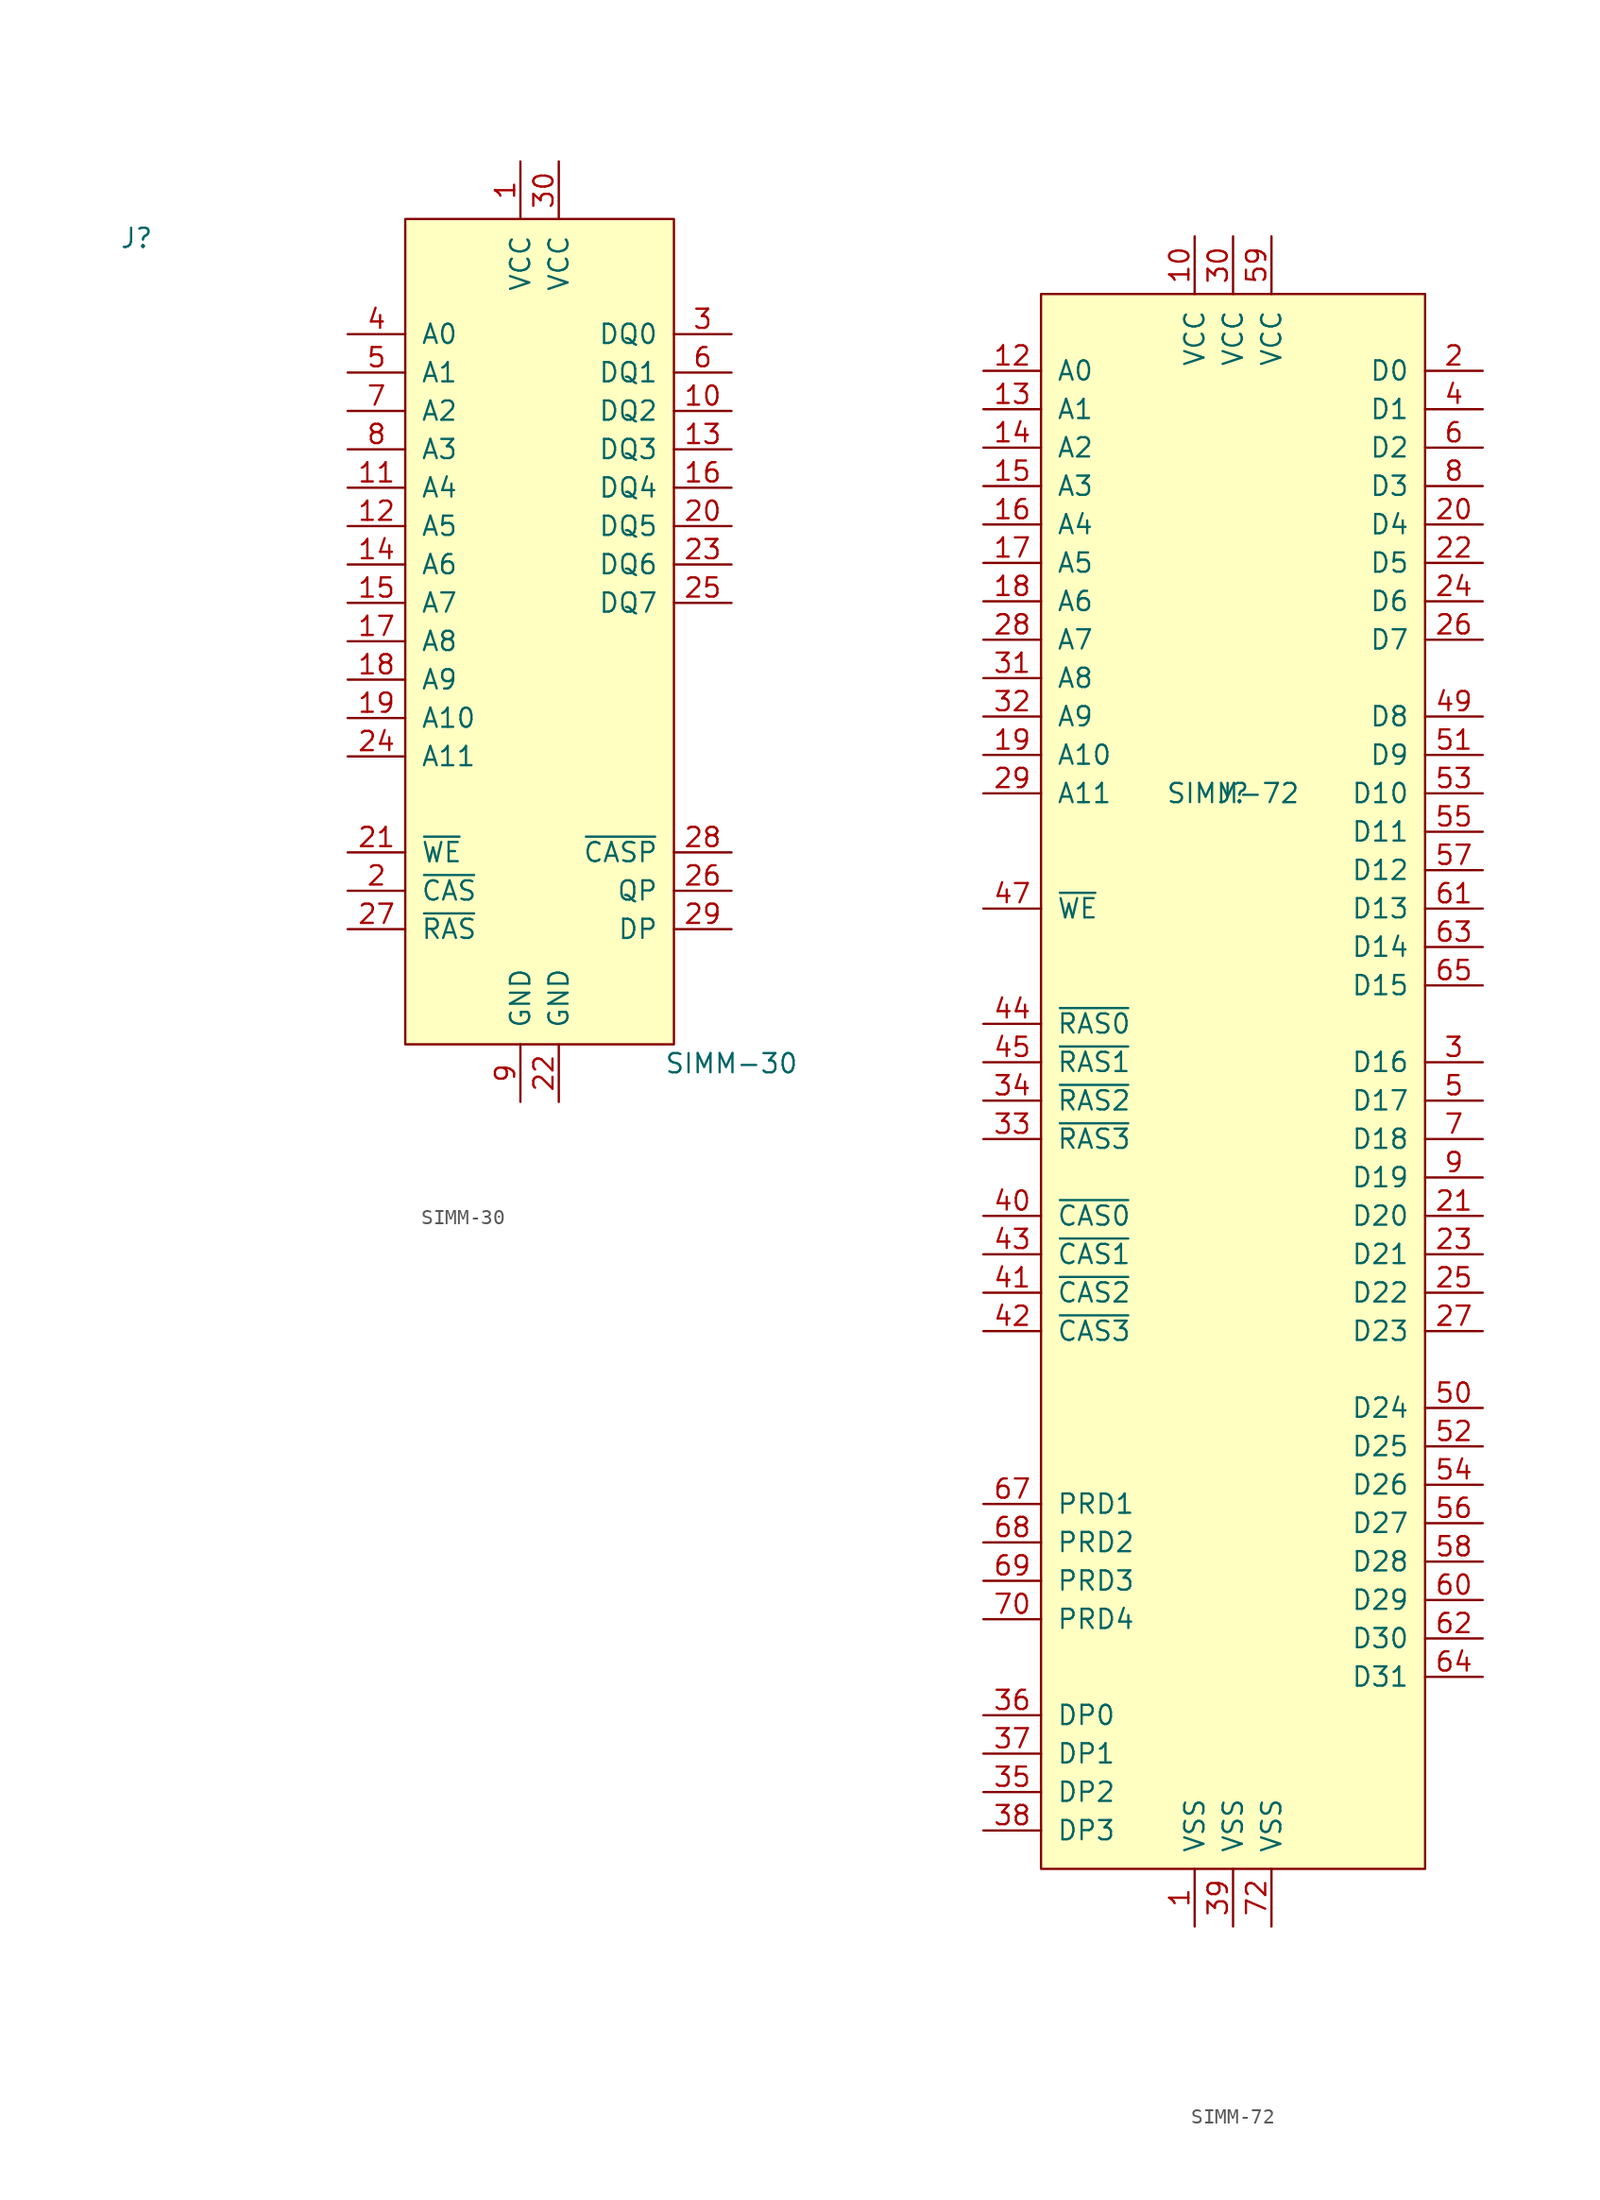
<source format=kicad_sym>
(kicad_symbol_lib
  (version 20220914)
  (generator kicad_symbol_editor)
  (symbol "SIMM-30"
    (pin_names
      (offset 1.016))
    (property "Reference" "J"
      (at -26.67 26.67 0)
      (effects (font (size 1.27 1.27))))
    (property "Value" "SIMM-30"
      (at 12.7 -27.94 0)
      (effects (font (size 1.27 1.27))))
    (symbol "SIMM-30_0_1"
      (rectangle (start -8.89 27.94) (end 8.89 -26.67) (stroke (width 0) (type default)) (fill (type background))))
    (symbol "SIMM-30_1_1"
      (pin power_in line (at -1.27 31.75 270) (length 3.81) (name "VCC" (effects (font (size 1.27 1.27)))) (number "1" (effects (font (size 1.27 1.27)))))
      (pin bidirectional line (at 12.7 15.24 180) (length 3.81) (name "DQ2" (effects (font (size 1.27 1.27)))) (number "10" (effects (font (size 1.27 1.27)))))
      (pin input line (at -12.7 10.16 0) (length 3.81) (name "A4" (effects (font (size 1.27 1.27)))) (number "11" (effects (font (size 1.27 1.27)))))
      (pin input line (at -12.7 7.62 0) (length 3.81) (name "A5" (effects (font (size 1.27 1.27)))) (number "12" (effects (font (size 1.27 1.27)))))
      (pin bidirectional line (at 12.7 12.7 180) (length 3.81) (name "DQ3" (effects (font (size 1.27 1.27)))) (number "13" (effects (font (size 1.27 1.27)))))
      (pin input line (at -12.7 5.08 0) (length 3.81) (name "A6" (effects (font (size 1.27 1.27)))) (number "14" (effects (font (size 1.27 1.27)))))
      (pin input line (at -12.7 2.54 0) (length 3.81) (name "A7" (effects (font (size 1.27 1.27)))) (number "15" (effects (font (size 1.27 1.27)))))
      (pin bidirectional line (at 12.7 10.16 180) (length 3.81) (name "DQ4" (effects (font (size 1.27 1.27)))) (number "16" (effects (font (size 1.27 1.27)))))
      (pin input line (at -12.7 0 0) (length 3.81) (name "A8" (effects (font (size 1.27 1.27)))) (number "17" (effects (font (size 1.27 1.27)))))
      (pin input line (at -12.7 -2.54 0) (length 3.81) (name "A9" (effects (font (size 1.27 1.27)))) (number "18" (effects (font (size 1.27 1.27)))))
      (pin input line (at -12.7 -5.08 0) (length 3.81) (name "A10" (effects (font (size 1.27 1.27)))) (number "19" (effects (font (size 1.27 1.27)))))
      (pin input line (at -12.7 -16.51 0) (length 3.81) (name "~{CAS}" (effects (font (size 1.27 1.27)))) (number "2" (effects (font (size 1.27 1.27)))))
      (pin bidirectional line (at 12.7 7.62 180) (length 3.81) (name "DQ5" (effects (font (size 1.27 1.27)))) (number "20" (effects (font (size 1.27 1.27)))))
      (pin input line (at -12.7 -13.97 0) (length 3.81) (name "~{WE}" (effects (font (size 1.27 1.27)))) (number "21" (effects (font (size 1.27 1.27)))))
      (pin power_in line (at 1.27 -30.48 90) (length 3.81) (name "GND" (effects (font (size 1.27 1.27)))) (number "22" (effects (font (size 1.27 1.27)))))
      (pin bidirectional line (at 12.7 5.08 180) (length 3.81) (name "DQ6" (effects (font (size 1.27 1.27)))) (number "23" (effects (font (size 1.27 1.27)))))
      (pin input line (at -12.7 -7.62 0) (length 3.81) (name "A11" (effects (font (size 1.27 1.27)))) (number "24" (effects (font (size 1.27 1.27)))))
      (pin bidirectional line (at 12.7 2.54 180) (length 3.81) (name "DQ7" (effects (font (size 1.27 1.27)))) (number "25" (effects (font (size 1.27 1.27)))))
      (pin output line (at 12.7 -16.51 180) (length 3.81) (name "QP" (effects (font (size 1.27 1.27)))) (number "26" (effects (font (size 1.27 1.27)))))
      (pin input line (at -12.7 -19.05 0) (length 3.81) (name "~{RAS}" (effects (font (size 1.27 1.27)))) (number "27" (effects (font (size 1.27 1.27)))))
      (pin input line (at 12.7 -13.97 180) (length 3.81) (name "~{CASP}" (effects (font (size 1.27 1.27)))) (number "28" (effects (font (size 1.27 1.27)))))
      (pin input line (at 12.7 -19.05 180) (length 3.81) (name "DP" (effects (font (size 1.27 1.27)))) (number "29" (effects (font (size 1.27 1.27)))))
      (pin bidirectional line (at 12.7 20.32 180) (length 3.81) (name "DQ0" (effects (font (size 1.27 1.27)))) (number "3" (effects (font (size 1.27 1.27)))))
      (pin power_in line (at 1.27 31.75 270) (length 3.81) (name "VCC" (effects (font (size 1.27 1.27)))) (number "30" (effects (font (size 1.27 1.27)))))
      (pin input line (at -12.7 20.32 0) (length 3.81) (name "A0" (effects (font (size 1.27 1.27)))) (number "4" (effects (font (size 1.27 1.27)))))
      (pin input line (at -12.7 17.78 0) (length 3.81) (name "A1" (effects (font (size 1.27 1.27)))) (number "5" (effects (font (size 1.27 1.27)))))
      (pin bidirectional line (at 12.7 17.78 180) (length 3.81) (name "DQ1" (effects (font (size 1.27 1.27)))) (number "6" (effects (font (size 1.27 1.27)))))
      (pin input line (at -12.7 15.24 0) (length 3.81) (name "A2" (effects (font (size 1.27 1.27)))) (number "7" (effects (font (size 1.27 1.27)))))
      (pin input line (at -12.7 12.7 0) (length 3.81) (name "A3" (effects (font (size 1.27 1.27)))) (number "8" (effects (font (size 1.27 1.27)))))
      (pin power_in line (at -1.27 -30.48 90) (length 3.81) (name "GND" (effects (font (size 1.27 1.27)))) (number "9" (effects (font (size 1.27 1.27)))))))
  (symbol "SIMM-72"
    (pin_names
      (offset 1.016))
    (property "Reference" "J"
      (at 0 0 0)
      (effects (font (size 1.27 1.27))))
    (property "Value" "SIMM-72"
      (at 0 0 0)
      (effects (font (size 1.27 1.27))))
    (symbol "SIMM-72_0_1"
      (rectangle (start -12.7 33.02) (end 12.7 -71.12) (stroke (width 0) (type default)) (fill (type background))))
    (symbol "SIMM-72_1_1"
      (pin power_in line (at -2.54 -74.93 90) (length 3.81) (name "VSS" (effects (font (size 1.27 1.27)))) (number "1" (effects (font (size 1.27 1.27)))))
      (pin power_in line (at -2.54 36.83 270) (length 3.81) (name "VCC" (effects (font (size 1.27 1.27)))) (number "10" (effects (font (size 1.27 1.27)))))
      (pin input line (at -16.51 27.94 0) (length 3.81) (name "A0" (effects (font (size 1.27 1.27)))) (number "12" (effects (font (size 1.27 1.27)))))
      (pin input line (at -16.51 25.4 0) (length 3.81) (name "A1" (effects (font (size 1.27 1.27)))) (number "13" (effects (font (size 1.27 1.27)))))
      (pin input line (at -16.51 22.86 0) (length 3.81) (name "A2" (effects (font (size 1.27 1.27)))) (number "14" (effects (font (size 1.27 1.27)))))
      (pin input line (at -16.51 20.32 0) (length 3.81) (name "A3" (effects (font (size 1.27 1.27)))) (number "15" (effects (font (size 1.27 1.27)))))
      (pin input line (at -16.51 17.78 0) (length 3.81) (name "A4" (effects (font (size 1.27 1.27)))) (number "16" (effects (font (size 1.27 1.27)))))
      (pin input line (at -16.51 15.24 0) (length 3.81) (name "A5" (effects (font (size 1.27 1.27)))) (number "17" (effects (font (size 1.27 1.27)))))
      (pin input line (at -16.51 12.7 0) (length 3.81) (name "A6" (effects (font (size 1.27 1.27)))) (number "18" (effects (font (size 1.27 1.27)))))
      (pin input line (at -16.51 2.54 0) (length 3.81) (name "A10" (effects (font (size 1.27 1.27)))) (number "19" (effects (font (size 1.27 1.27)))))
      (pin bidirectional line (at 16.51 27.94 180) (length 3.81) (name "D0" (effects (font (size 1.27 1.27)))) (number "2" (effects (font (size 1.27 1.27)))))
      (pin bidirectional line (at 16.51 17.78 180) (length 3.81) (name "D4" (effects (font (size 1.27 1.27)))) (number "20" (effects (font (size 1.27 1.27)))))
      (pin bidirectional line (at 16.51 -27.94 180) (length 3.81) (name "D20" (effects (font (size 1.27 1.27)))) (number "21" (effects (font (size 1.27 1.27)))))
      (pin bidirectional line (at 16.51 15.24 180) (length 3.81) (name "D5" (effects (font (size 1.27 1.27)))) (number "22" (effects (font (size 1.27 1.27)))))
      (pin bidirectional line (at 16.51 -30.48 180) (length 3.81) (name "D21" (effects (font (size 1.27 1.27)))) (number "23" (effects (font (size 1.27 1.27)))))
      (pin bidirectional line (at 16.51 12.7 180) (length 3.81) (name "D6" (effects (font (size 1.27 1.27)))) (number "24" (effects (font (size 1.27 1.27)))))
      (pin bidirectional line (at 16.51 -33.02 180) (length 3.81) (name "D22" (effects (font (size 1.27 1.27)))) (number "25" (effects (font (size 1.27 1.27)))))
      (pin bidirectional line (at 16.51 10.16 180) (length 3.81) (name "D7" (effects (font (size 1.27 1.27)))) (number "26" (effects (font (size 1.27 1.27)))))
      (pin bidirectional line (at 16.51 -35.56 180) (length 3.81) (name "D23" (effects (font (size 1.27 1.27)))) (number "27" (effects (font (size 1.27 1.27)))))
      (pin input line (at -16.51 10.16 0) (length 3.81) (name "A7" (effects (font (size 1.27 1.27)))) (number "28" (effects (font (size 1.27 1.27)))))
      (pin input line (at -16.51 0 0) (length 3.81) (name "A11" (effects (font (size 1.27 1.27)))) (number "29" (effects (font (size 1.27 1.27)))))
      (pin bidirectional line (at 16.51 -17.78 180) (length 3.81) (name "D16" (effects (font (size 1.27 1.27)))) (number "3" (effects (font (size 1.27 1.27)))))
      (pin power_in line (at 0 36.83 270) (length 3.81) (name "VCC" (effects (font (size 1.27 1.27)))) (number "30" (effects (font (size 1.27 1.27)))))
      (pin input line (at -16.51 7.62 0) (length 3.81) (name "A8" (effects (font (size 1.27 1.27)))) (number "31" (effects (font (size 1.27 1.27)))))
      (pin input line (at -16.51 5.08 0) (length 3.81) (name "A9" (effects (font (size 1.27 1.27)))) (number "32" (effects (font (size 1.27 1.27)))))
      (pin input line (at -16.51 -22.86 0) (length 3.81) (name "~{RAS3}" (effects (font (size 1.27 1.27)))) (number "33" (effects (font (size 1.27 1.27)))))
      (pin input line (at -16.51 -20.32 0) (length 3.81) (name "~{RAS2}" (effects (font (size 1.27 1.27)))) (number "34" (effects (font (size 1.27 1.27)))))
      (pin passive line (at -16.51 -66.04 0) (length 3.81) (name "DP2" (effects (font (size 1.27 1.27)))) (number "35" (effects (font (size 1.27 1.27)))))
      (pin passive line (at -16.51 -60.96 0) (length 3.81) (name "DP0" (effects (font (size 1.27 1.27)))) (number "36" (effects (font (size 1.27 1.27)))))
      (pin passive line (at -16.51 -63.5 0) (length 3.81) (name "DP1" (effects (font (size 1.27 1.27)))) (number "37" (effects (font (size 1.27 1.27)))))
      (pin passive line (at -16.51 -68.58 0) (length 3.81) (name "DP3" (effects (font (size 1.27 1.27)))) (number "38" (effects (font (size 1.27 1.27)))))
      (pin power_in line (at 0 -74.93 90) (length 3.81) (name "VSS" (effects (font (size 1.27 1.27)))) (number "39" (effects (font (size 1.27 1.27)))))
      (pin bidirectional line (at 16.51 25.4 180) (length 3.81) (name "D1" (effects (font (size 1.27 1.27)))) (number "4" (effects (font (size 1.27 1.27)))))
      (pin input line (at -16.51 -27.94 0) (length 3.81) (name "~{CAS0}" (effects (font (size 1.27 1.27)))) (number "40" (effects (font (size 1.27 1.27)))))
      (pin input line (at -16.51 -33.02 0) (length 3.81) (name "~{CAS2}" (effects (font (size 1.27 1.27)))) (number "41" (effects (font (size 1.27 1.27)))))
      (pin input line (at -16.51 -35.56 0) (length 3.81) (name "~{CAS3}" (effects (font (size 1.27 1.27)))) (number "42" (effects (font (size 1.27 1.27)))))
      (pin input line (at -16.51 -30.48 0) (length 3.81) (name "~{CAS1}" (effects (font (size 1.27 1.27)))) (number "43" (effects (font (size 1.27 1.27)))))
      (pin input line (at -16.51 -15.24 0) (length 3.81) (name "~{RAS0}" (effects (font (size 1.27 1.27)))) (number "44" (effects (font (size 1.27 1.27)))))
      (pin input line (at -16.51 -17.78 0) (length 3.81) (name "~{RAS1}" (effects (font (size 1.27 1.27)))) (number "45" (effects (font (size 1.27 1.27)))))
      (pin input line (at -16.51 -7.62 0) (length 3.81) (name "~{WE}" (effects (font (size 1.27 1.27)))) (number "47" (effects (font (size 1.27 1.27)))))
      (pin bidirectional line (at 16.51 5.08 180) (length 3.81) (name "D8" (effects (font (size 1.27 1.27)))) (number "49" (effects (font (size 1.27 1.27)))))
      (pin bidirectional line (at 16.51 -20.32 180) (length 3.81) (name "D17" (effects (font (size 1.27 1.27)))) (number "5" (effects (font (size 1.27 1.27)))))
      (pin bidirectional line (at 16.51 -40.64 180) (length 3.81) (name "D24" (effects (font (size 1.27 1.27)))) (number "50" (effects (font (size 1.27 1.27)))))
      (pin bidirectional line (at 16.51 2.54 180) (length 3.81) (name "D9" (effects (font (size 1.27 1.27)))) (number "51" (effects (font (size 1.27 1.27)))))
      (pin bidirectional line (at 16.51 -43.18 180) (length 3.81) (name "D25" (effects (font (size 1.27 1.27)))) (number "52" (effects (font (size 1.27 1.27)))))
      (pin bidirectional line (at 16.51 0 180) (length 3.81) (name "D10" (effects (font (size 1.27 1.27)))) (number "53" (effects (font (size 1.27 1.27)))))
      (pin bidirectional line (at 16.51 -45.72 180) (length 3.81) (name "D26" (effects (font (size 1.27 1.27)))) (number "54" (effects (font (size 1.27 1.27)))))
      (pin bidirectional line (at 16.51 -2.54 180) (length 3.81) (name "D11" (effects (font (size 1.27 1.27)))) (number "55" (effects (font (size 1.27 1.27)))))
      (pin bidirectional line (at 16.51 -48.26 180) (length 3.81) (name "D27" (effects (font (size 1.27 1.27)))) (number "56" (effects (font (size 1.27 1.27)))))
      (pin bidirectional line (at 16.51 -5.08 180) (length 3.81) (name "D12" (effects (font (size 1.27 1.27)))) (number "57" (effects (font (size 1.27 1.27)))))
      (pin bidirectional line (at 16.51 -50.8 180) (length 3.81) (name "D28" (effects (font (size 1.27 1.27)))) (number "58" (effects (font (size 1.27 1.27)))))
      (pin power_in line (at 2.54 36.83 270) (length 3.81) (name "VCC" (effects (font (size 1.27 1.27)))) (number "59" (effects (font (size 1.27 1.27)))))
      (pin bidirectional line (at 16.51 22.86 180) (length 3.81) (name "D2" (effects (font (size 1.27 1.27)))) (number "6" (effects (font (size 1.27 1.27)))))
      (pin bidirectional line (at 16.51 -53.34 180) (length 3.81) (name "D29" (effects (font (size 1.27 1.27)))) (number "60" (effects (font (size 1.27 1.27)))))
      (pin bidirectional line (at 16.51 -7.62 180) (length 3.81) (name "D13" (effects (font (size 1.27 1.27)))) (number "61" (effects (font (size 1.27 1.27)))))
      (pin bidirectional line (at 16.51 -55.88 180) (length 3.81) (name "D30" (effects (font (size 1.27 1.27)))) (number "62" (effects (font (size 1.27 1.27)))))
      (pin bidirectional line (at 16.51 -10.16 180) (length 3.81) (name "D14" (effects (font (size 1.27 1.27)))) (number "63" (effects (font (size 1.27 1.27)))))
      (pin bidirectional line (at 16.51 -58.42 180) (length 3.81) (name "D31" (effects (font (size 1.27 1.27)))) (number "64" (effects (font (size 1.27 1.27)))))
      (pin bidirectional line (at 16.51 -12.7 180) (length 3.81) (name "D15" (effects (font (size 1.27 1.27)))) (number "65" (effects (font (size 1.27 1.27)))))
      (pin output line (at -16.51 -46.99 0) (length 3.81) (name "PRD1" (effects (font (size 1.27 1.27)))) (number "67" (effects (font (size 1.27 1.27)))))
      (pin output line (at -16.51 -49.53 0) (length 3.81) (name "PRD2" (effects (font (size 1.27 1.27)))) (number "68" (effects (font (size 1.27 1.27)))))
      (pin output line (at -16.51 -52.07 0) (length 3.81) (name "PRD3" (effects (font (size 1.27 1.27)))) (number "69" (effects (font (size 1.27 1.27)))))
      (pin bidirectional line (at 16.51 -22.86 180) (length 3.81) (name "D18" (effects (font (size 1.27 1.27)))) (number "7" (effects (font (size 1.27 1.27)))))
      (pin output line (at -16.51 -54.61 0) (length 3.81) (name "PRD4" (effects (font (size 1.27 1.27)))) (number "70" (effects (font (size 1.27 1.27)))))
      (pin power_in line (at 2.54 -74.93 90) (length 3.81) (name "VSS" (effects (font (size 1.27 1.27)))) (number "72" (effects (font (size 1.27 1.27)))))
      (pin bidirectional line (at 16.51 20.32 180) (length 3.81) (name "D3" (effects (font (size 1.27 1.27)))) (number "8" (effects (font (size 1.27 1.27)))))
      (pin bidirectional line (at 16.51 -25.4 180) (length 3.81) (name "D19" (effects (font (size 1.27 1.27)))) (number "9" (effects (font (size 1.27 1.27))))))))
</source>
